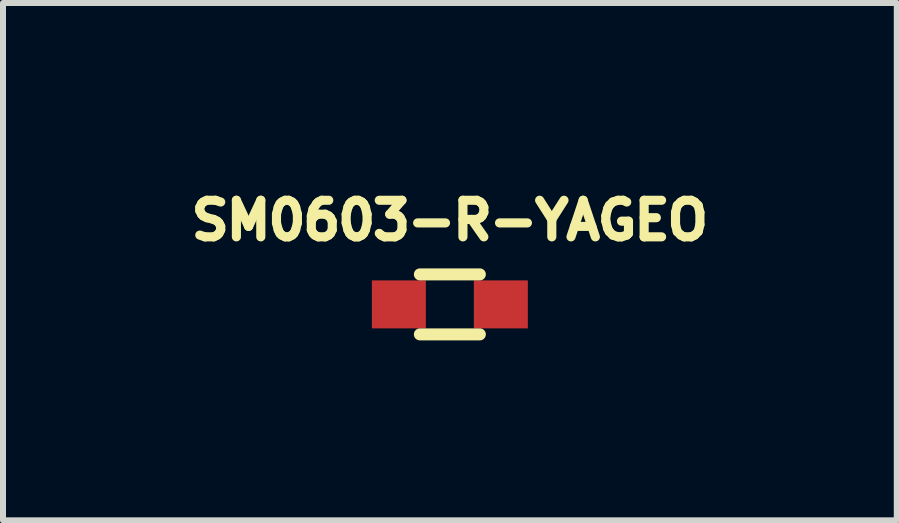
<source format=kicad_pcb>
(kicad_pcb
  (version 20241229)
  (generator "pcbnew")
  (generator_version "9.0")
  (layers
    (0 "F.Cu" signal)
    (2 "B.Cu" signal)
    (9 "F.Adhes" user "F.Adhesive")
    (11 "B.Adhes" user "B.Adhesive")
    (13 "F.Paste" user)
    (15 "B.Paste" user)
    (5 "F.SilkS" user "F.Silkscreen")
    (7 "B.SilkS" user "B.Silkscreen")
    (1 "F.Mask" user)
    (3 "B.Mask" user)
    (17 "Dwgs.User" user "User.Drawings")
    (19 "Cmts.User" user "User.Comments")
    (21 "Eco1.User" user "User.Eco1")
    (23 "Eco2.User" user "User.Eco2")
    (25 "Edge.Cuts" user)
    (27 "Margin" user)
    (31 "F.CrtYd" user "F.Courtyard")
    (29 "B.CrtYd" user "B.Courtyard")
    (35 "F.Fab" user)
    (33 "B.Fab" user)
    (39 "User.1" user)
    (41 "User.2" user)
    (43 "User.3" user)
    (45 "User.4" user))
  (footprint "SM0603-R-YAGEO"
    (layer "F.Cu")
    (at 4.449 2.024)
    (property "Reference" "SM0603-R-YAGEO" (at 0 -1.4 0) (layer "F.SilkS") (effects (font (size 0.61 0.61) (thickness 0.152))))
    (attr smd)
    (fp_line (start -0.5 -0.5) (end 0.5 -0.5) (stroke (width 0.2) (type solid)) (layer "F.SilkS"))
    (fp_line (start -0.5 0.5) (end 0.5 0.5) (stroke (width 0.2) (type solid)) (layer "F.SilkS"))
    (pad "1" smd rect (at -0.85 0) (size 0.9 0.8) (layers "F.Cu" "F.Mask" "F.Paste"))
    (pad "2" smd rect (at 0.85 0) (size 0.9 0.8) (layers "F.Cu" "F.Mask" "F.Paste")))
  (gr_rect
    (start -3 -3)
    (end 11.899 5.624)
    (stroke (width 0.1) (type default))
    (fill no)
    (layer "Edge.Cuts")))
</source>
